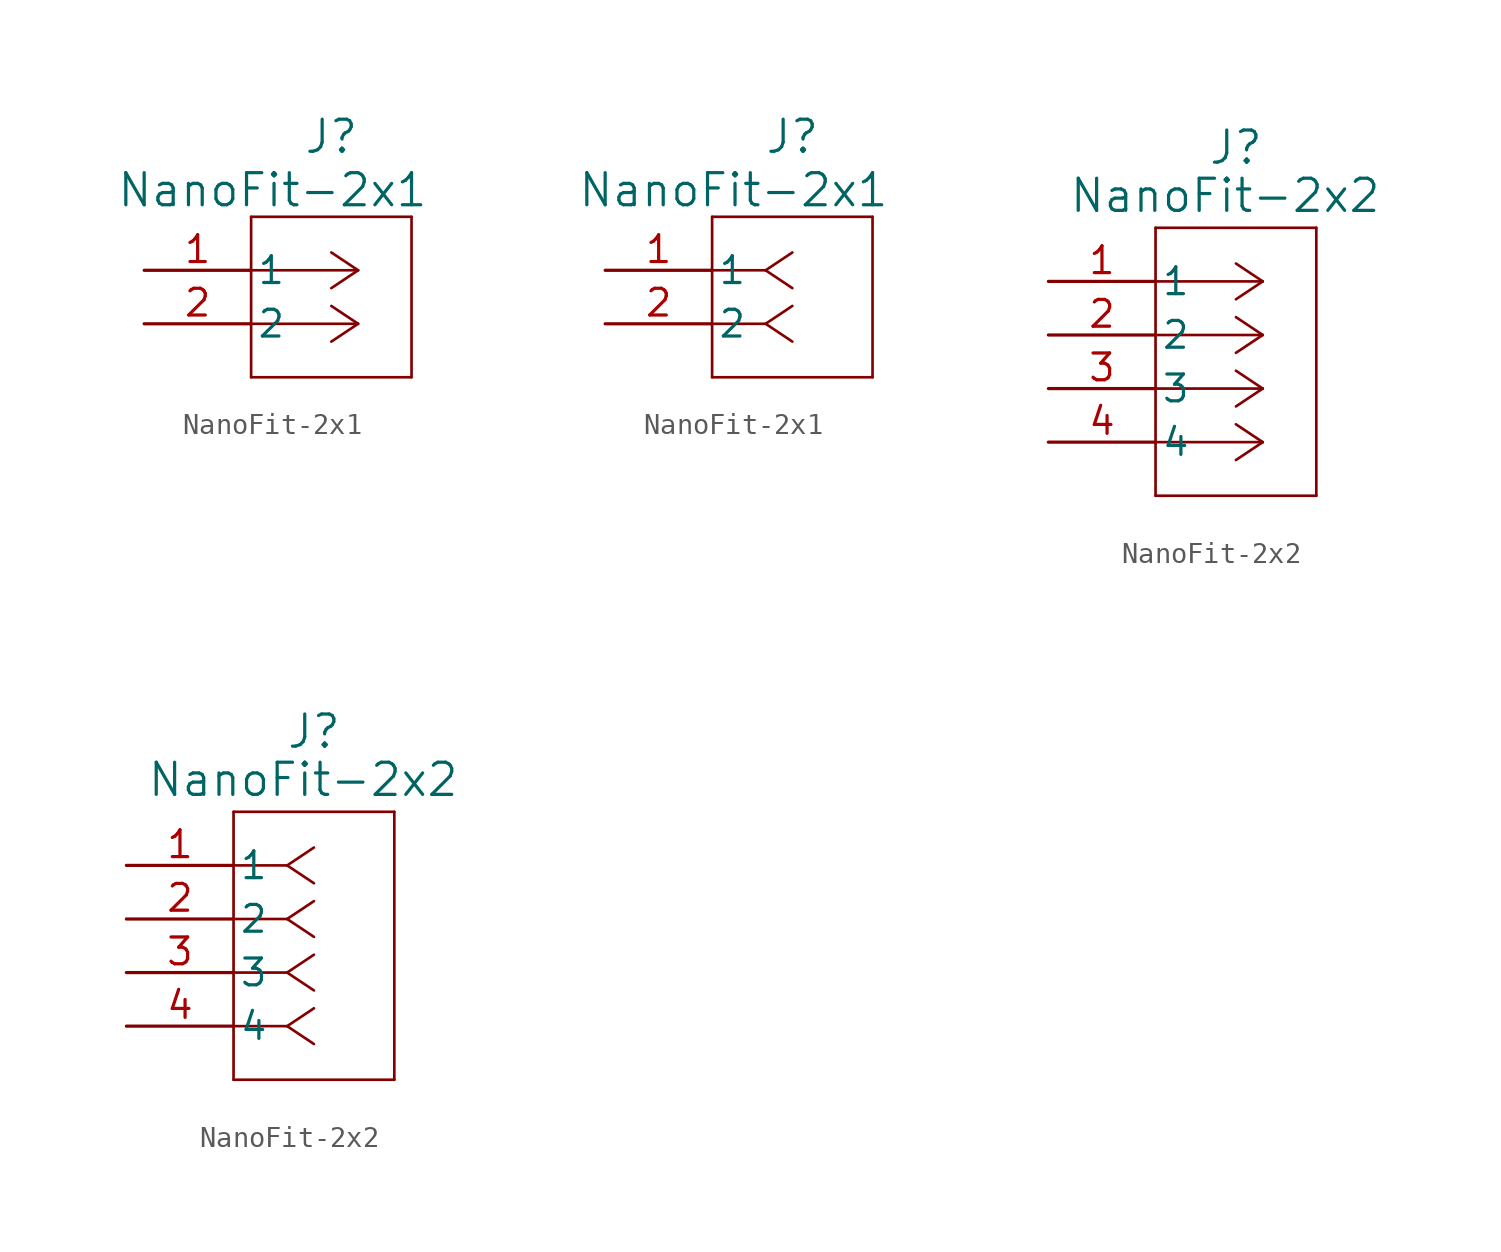
<source format=kicad_sym>
(kicad_symbol_lib
  (version 20231120)
  (generator "kicad_symbol_editor")
  (generator_version "8.0")
  (symbol "NanoFit-2x1"
    (pin_names
      (offset 0.254))
    (property "Reference" "J"
      (at 8.89 6.35 0)
      (effects (font (size 1.524 1.524))))
    (property "Value" "NanoFit-2x1"
      (at 6.096 3.81 0)
      (effects (font (size 1.524 1.524))))
    (symbol "NanoFit-2x1_1_1"
      (polyline (pts (xy 5.08 -5.08) (xy 12.7 -5.08)) (stroke (width 0.127) (type default)) (fill (type none)))
      (polyline (pts (xy 5.08 2.54) (xy 5.08 -5.08)) (stroke (width 0.127) (type default)) (fill (type none)))
      (polyline (pts (xy 10.16 -2.54) (xy 5.08 -2.54)) (stroke (width 0.127) (type default)) (fill (type none)))
      (polyline (pts (xy 10.16 -2.54) (xy 8.89 -3.387)) (stroke (width 0.127) (type default)) (fill (type none)))
      (polyline (pts (xy 10.16 -2.54) (xy 8.89 -1.693)) (stroke (width 0.127) (type default)) (fill (type none)))
      (polyline (pts (xy 10.16 0) (xy 5.08 0)) (stroke (width 0.127) (type default)) (fill (type none)))
      (polyline (pts (xy 10.16 0) (xy 8.89 -0.847)) (stroke (width 0.127) (type default)) (fill (type none)))
      (polyline (pts (xy 10.16 0) (xy 8.89 0.847)) (stroke (width 0.127) (type default)) (fill (type none)))
      (polyline (pts (xy 12.7 -5.08) (xy 12.7 2.54)) (stroke (width 0.127) (type default)) (fill (type none)))
      (polyline (pts (xy 12.7 2.54) (xy 5.08 2.54)) (stroke (width 0.127) (type default)) (fill (type none)))
      (pin bidirectional line (at 0 0 0) (length 5.08) (name "1" (effects (font (size 1.27 1.27)))) (number "1" (effects (font (size 1.27 1.27)))))
      (pin bidirectional line (at 0 -2.54 0) (length 5.08) (name "2" (effects (font (size 1.27 1.27)))) (number "2" (effects (font (size 1.27 1.27))))))
    (symbol "NanoFit-2x1_1_2"
      (polyline (pts (xy 5.08 -5.08) (xy 12.7 -5.08)) (stroke (width 0.127) (type default)) (fill (type none)))
      (polyline (pts (xy 5.08 2.54) (xy 5.08 -5.08)) (stroke (width 0.127) (type default)) (fill (type none)))
      (polyline (pts (xy 7.62 -2.54) (xy 5.08 -2.54)) (stroke (width 0.127) (type default)) (fill (type none)))
      (polyline (pts (xy 7.62 -2.54) (xy 8.89 -3.387)) (stroke (width 0.127) (type default)) (fill (type none)))
      (polyline (pts (xy 7.62 -2.54) (xy 8.89 -1.693)) (stroke (width 0.127) (type default)) (fill (type none)))
      (polyline (pts (xy 7.62 0) (xy 5.08 0)) (stroke (width 0.127) (type default)) (fill (type none)))
      (polyline (pts (xy 7.62 0) (xy 8.89 -0.847)) (stroke (width 0.127) (type default)) (fill (type none)))
      (polyline (pts (xy 7.62 0) (xy 8.89 0.847)) (stroke (width 0.127) (type default)) (fill (type none)))
      (polyline (pts (xy 12.7 -5.08) (xy 12.7 2.54)) (stroke (width 0.127) (type default)) (fill (type none)))
      (polyline (pts (xy 12.7 2.54) (xy 5.08 2.54)) (stroke (width 0.127) (type default)) (fill (type none)))
      (pin unspecified line (at 0 0 0) (length 5.08) (name "1" (effects (font (size 1.27 1.27)))) (number "1" (effects (font (size 1.27 1.27)))))
      (pin unspecified line (at 0 -2.54 0) (length 5.08) (name "2" (effects (font (size 1.27 1.27)))) (number "2" (effects (font (size 1.27 1.27)))))))
  (symbol "NanoFit-2x2"
    (pin_names
      (offset 0.254))
    (property "Reference" "J"
      (at 8.89 6.35 0)
      (effects (font (size 1.524 1.524))))
    (property "Value" "NanoFit-2x2"
      (at 8.382 4.064 0)
      (effects (font (size 1.524 1.524))))
    (symbol "NanoFit-2x2_1_1"
      (polyline (pts (xy 5.08 -10.16) (xy 12.7 -10.16)) (stroke (width 0.127) (type default)) (fill (type none)))
      (polyline (pts (xy 5.08 2.54) (xy 5.08 -10.16)) (stroke (width 0.127) (type default)) (fill (type none)))
      (polyline (pts (xy 10.16 -7.62) (xy 5.08 -7.62)) (stroke (width 0.127) (type default)) (fill (type none)))
      (polyline (pts (xy 10.16 -7.62) (xy 8.89 -8.467)) (stroke (width 0.127) (type default)) (fill (type none)))
      (polyline (pts (xy 10.16 -7.62) (xy 8.89 -6.773)) (stroke (width 0.127) (type default)) (fill (type none)))
      (polyline (pts (xy 10.16 -5.08) (xy 5.08 -5.08)) (stroke (width 0.127) (type default)) (fill (type none)))
      (polyline (pts (xy 10.16 -5.08) (xy 8.89 -5.927)) (stroke (width 0.127) (type default)) (fill (type none)))
      (polyline (pts (xy 10.16 -5.08) (xy 8.89 -4.233)) (stroke (width 0.127) (type default)) (fill (type none)))
      (polyline (pts (xy 10.16 -2.54) (xy 5.08 -2.54)) (stroke (width 0.127) (type default)) (fill (type none)))
      (polyline (pts (xy 10.16 -2.54) (xy 8.89 -3.387)) (stroke (width 0.127) (type default)) (fill (type none)))
      (polyline (pts (xy 10.16 -2.54) (xy 8.89 -1.693)) (stroke (width 0.127) (type default)) (fill (type none)))
      (polyline (pts (xy 10.16 0) (xy 5.08 0)) (stroke (width 0.127) (type default)) (fill (type none)))
      (polyline (pts (xy 10.16 0) (xy 8.89 -0.847)) (stroke (width 0.127) (type default)) (fill (type none)))
      (polyline (pts (xy 10.16 0) (xy 8.89 0.847)) (stroke (width 0.127) (type default)) (fill (type none)))
      (polyline (pts (xy 12.7 -10.16) (xy 12.7 2.54)) (stroke (width 0.127) (type default)) (fill (type none)))
      (polyline (pts (xy 12.7 2.54) (xy 5.08 2.54)) (stroke (width 0.127) (type default)) (fill (type none)))
      (pin bidirectional line (at 0 0 0) (length 5.08) (name "1" (effects (font (size 1.27 1.27)))) (number "1" (effects (font (size 1.27 1.27)))))
      (pin bidirectional line (at 0 -2.54 0) (length 5.08) (name "2" (effects (font (size 1.27 1.27)))) (number "2" (effects (font (size 1.27 1.27)))))
      (pin bidirectional line (at 0 -5.08 0) (length 5.08) (name "3" (effects (font (size 1.27 1.27)))) (number "3" (effects (font (size 1.27 1.27)))))
      (pin bidirectional line (at 0 -7.62 0) (length 5.08) (name "4" (effects (font (size 1.27 1.27)))) (number "4" (effects (font (size 1.27 1.27))))))
    (symbol "NanoFit-2x2_1_2"
      (polyline (pts (xy 5.08 -10.16) (xy 12.7 -10.16)) (stroke (width 0.127) (type default)) (fill (type none)))
      (polyline (pts (xy 5.08 2.54) (xy 5.08 -10.16)) (stroke (width 0.127) (type default)) (fill (type none)))
      (polyline (pts (xy 7.62 -7.62) (xy 5.08 -7.62)) (stroke (width 0.127) (type default)) (fill (type none)))
      (polyline (pts (xy 7.62 -7.62) (xy 8.89 -8.467)) (stroke (width 0.127) (type default)) (fill (type none)))
      (polyline (pts (xy 7.62 -7.62) (xy 8.89 -6.773)) (stroke (width 0.127) (type default)) (fill (type none)))
      (polyline (pts (xy 7.62 -5.08) (xy 5.08 -5.08)) (stroke (width 0.127) (type default)) (fill (type none)))
      (polyline (pts (xy 7.62 -5.08) (xy 8.89 -5.927)) (stroke (width 0.127) (type default)) (fill (type none)))
      (polyline (pts (xy 7.62 -5.08) (xy 8.89 -4.233)) (stroke (width 0.127) (type default)) (fill (type none)))
      (polyline (pts (xy 7.62 -2.54) (xy 5.08 -2.54)) (stroke (width 0.127) (type default)) (fill (type none)))
      (polyline (pts (xy 7.62 -2.54) (xy 8.89 -3.387)) (stroke (width 0.127) (type default)) (fill (type none)))
      (polyline (pts (xy 7.62 -2.54) (xy 8.89 -1.693)) (stroke (width 0.127) (type default)) (fill (type none)))
      (polyline (pts (xy 7.62 0) (xy 5.08 0)) (stroke (width 0.127) (type default)) (fill (type none)))
      (polyline (pts (xy 7.62 0) (xy 8.89 -0.847)) (stroke (width 0.127) (type default)) (fill (type none)))
      (polyline (pts (xy 7.62 0) (xy 8.89 0.847)) (stroke (width 0.127) (type default)) (fill (type none)))
      (polyline (pts (xy 12.7 -10.16) (xy 12.7 2.54)) (stroke (width 0.127) (type default)) (fill (type none)))
      (polyline (pts (xy 12.7 2.54) (xy 5.08 2.54)) (stroke (width 0.127) (type default)) (fill (type none)))
      (pin unspecified line (at 0 0 0) (length 5.08) (name "1" (effects (font (size 1.27 1.27)))) (number "1" (effects (font (size 1.27 1.27)))))
      (pin unspecified line (at 0 -2.54 0) (length 5.08) (name "2" (effects (font (size 1.27 1.27)))) (number "2" (effects (font (size 1.27 1.27)))))
      (pin unspecified line (at 0 -5.08 0) (length 5.08) (name "3" (effects (font (size 1.27 1.27)))) (number "3" (effects (font (size 1.27 1.27)))))
      (pin unspecified line (at 0 -7.62 0) (length 5.08) (name "4" (effects (font (size 1.27 1.27)))) (number "4" (effects (font (size 1.27 1.27))))))))
</source>
